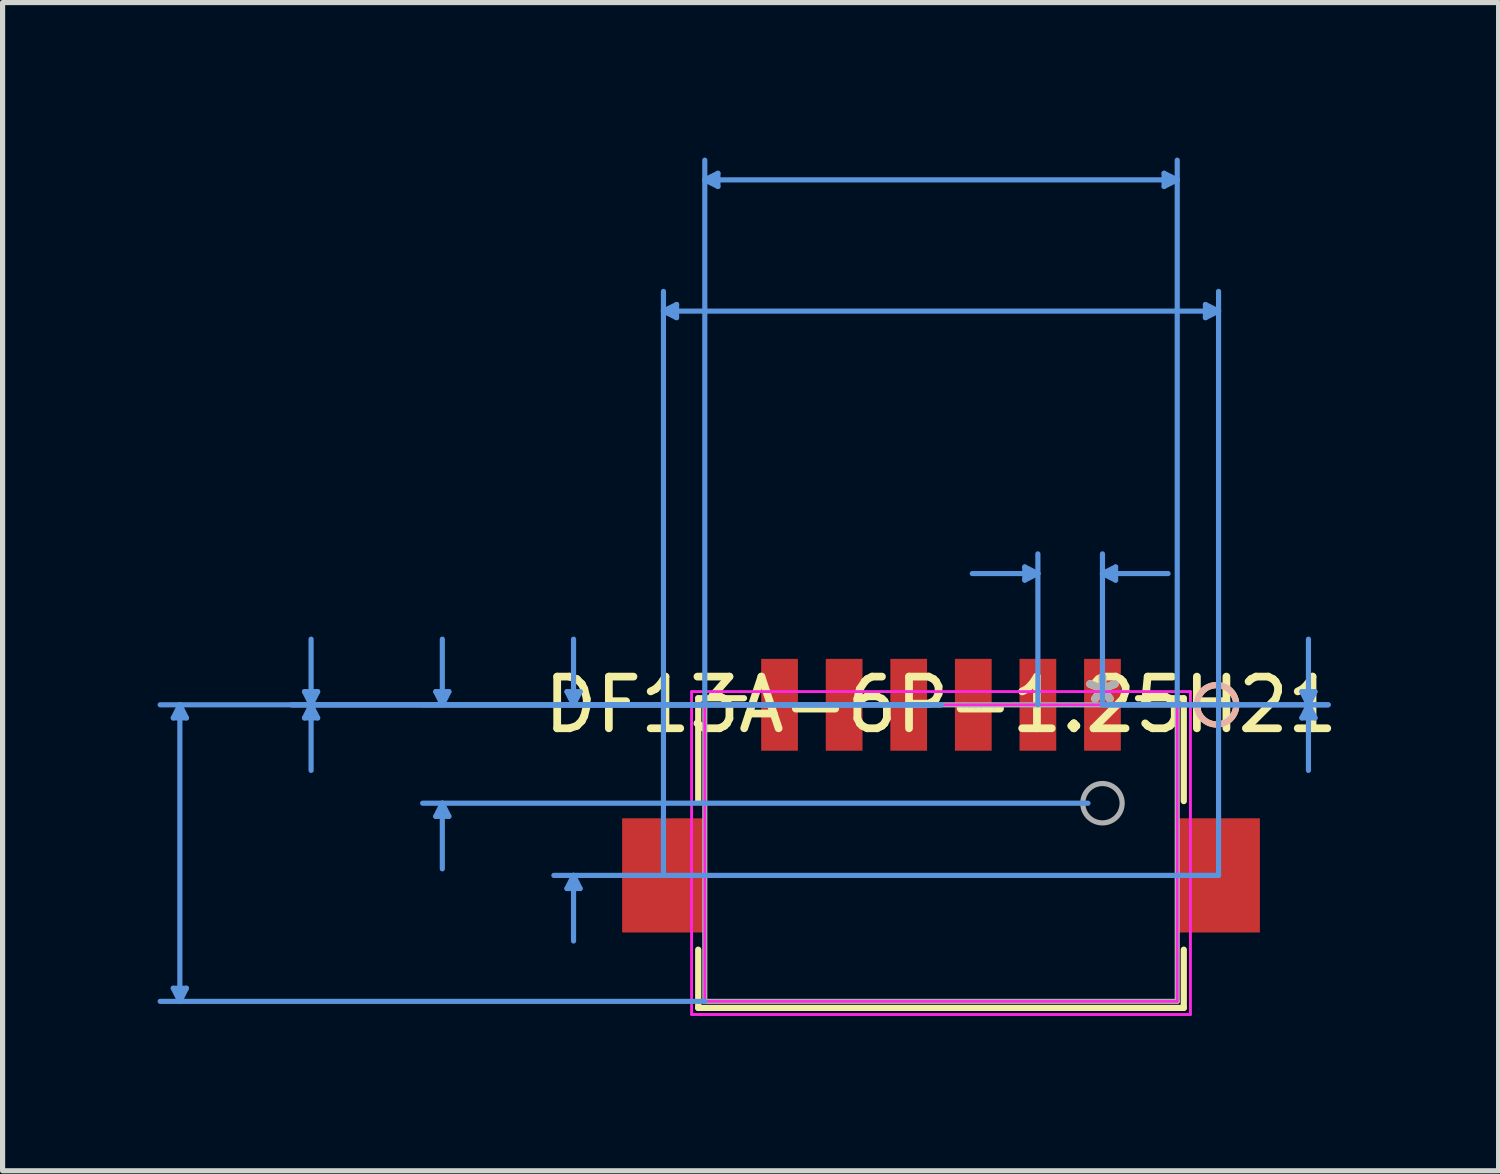
<source format=kicad_pcb>
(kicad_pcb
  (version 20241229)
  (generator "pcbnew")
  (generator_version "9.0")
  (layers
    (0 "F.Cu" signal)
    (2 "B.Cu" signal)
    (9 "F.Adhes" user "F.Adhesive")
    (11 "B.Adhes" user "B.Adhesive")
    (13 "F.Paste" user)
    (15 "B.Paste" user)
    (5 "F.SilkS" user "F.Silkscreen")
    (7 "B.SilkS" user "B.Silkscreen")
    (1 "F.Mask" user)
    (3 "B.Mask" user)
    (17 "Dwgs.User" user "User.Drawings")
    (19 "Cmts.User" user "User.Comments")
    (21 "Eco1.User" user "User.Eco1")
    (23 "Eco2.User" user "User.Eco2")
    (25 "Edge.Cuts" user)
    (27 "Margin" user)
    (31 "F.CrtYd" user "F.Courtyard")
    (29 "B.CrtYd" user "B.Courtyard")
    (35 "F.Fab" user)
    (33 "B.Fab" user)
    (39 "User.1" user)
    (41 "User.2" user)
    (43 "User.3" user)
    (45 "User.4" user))
  (footprint "DF13A-6P-1.25H21"
    (layer "F.Cu")
    (at 18.288 10.591)
    (property "Reference" "DF13A-6P-1.25H21" (at -3.125 0 0) (layer "F.SilkS") (effects (font (size 1 1) (thickness 0.15))))
    (attr through_hole)
    (fp_line (start -7.824 -0.127) (end -7.824 1.864) (stroke (width 0.12) (type solid)) (layer "F.SilkS"))
    (fp_line (start -7.824 4.74) (end -7.824 5.867) (stroke (width 0.12) (type solid)) (layer "F.SilkS"))
    (fp_line (start -7.824 5.867) (end 1.574 5.867) (stroke (width 0.12) (type solid)) (layer "F.SilkS"))
    (fp_line (start -6.938 -0.127) (end -7.824 -0.127) (stroke (width 0.12) (type solid)) (layer "F.SilkS"))
    (fp_line (start 1.574 -0.127) (end 0.688 -0.127) (stroke (width 0.12) (type solid)) (layer "F.SilkS"))
    (fp_line (start 1.574 1.864) (end 1.574 -0.127) (stroke (width 0.12) (type solid)) (layer "F.SilkS"))
    (fp_line (start 1.574 5.867) (end 1.574 4.74) (stroke (width 0.12) (type solid)) (layer "F.SilkS"))
    (fp_circle (center 2.209 0) (end 2.59 0) (stroke (width 0.12) (type solid)) (fill no) (layer "F.SilkS"))
    (fp_circle (center 2.209 0) (end 2.59 0) (stroke (width 0.12) (type solid)) (fill no) (layer "B.SilkS"))
    (fp_line (start -17.984 0.254) (end -17.73 0.254) (stroke (width 0.1) (type solid)) (layer "Cmts.User"))
    (fp_line (start -17.984 5.486) (end -17.73 5.486) (stroke (width 0.1) (type solid)) (layer "Cmts.User"))
    (fp_line (start -17.857 0) (end -17.984 0.254) (stroke (width 0.1) (type solid)) (layer "Cmts.User"))
    (fp_line (start -17.857 0) (end -17.857 5.74) (stroke (width 0.1) (type solid)) (layer "Cmts.User"))
    (fp_line (start -17.857 0) (end -17.73 0.254) (stroke (width 0.1) (type solid)) (layer "Cmts.User"))
    (fp_line (start -17.857 5.74) (end -17.984 5.486) (stroke (width 0.1) (type solid)) (layer "Cmts.User"))
    (fp_line (start -17.857 5.74) (end -17.73 5.486) (stroke (width 0.1) (type solid)) (layer "Cmts.User"))
    (fp_line (start -15.444 -0.254) (end -15.19 -0.254) (stroke (width 0.1) (type solid)) (layer "Cmts.User"))
    (fp_line (start -15.444 0.254) (end -15.19 0.254) (stroke (width 0.1) (type solid)) (layer "Cmts.User"))
    (fp_line (start -15.317 0) (end -15.444 -0.254) (stroke (width 0.1) (type solid)) (layer "Cmts.User"))
    (fp_line (start -15.317 0) (end -15.444 0.254) (stroke (width 0.1) (type solid)) (layer "Cmts.User"))
    (fp_line (start -15.317 0) (end -15.317 -1.27) (stroke (width 0.1) (type solid)) (layer "Cmts.User"))
    (fp_line (start -15.317 0) (end -15.317 1.27) (stroke (width 0.1) (type solid)) (layer "Cmts.User"))
    (fp_line (start -15.317 0) (end -15.19 -0.254) (stroke (width 0.1) (type solid)) (layer "Cmts.User"))
    (fp_line (start -15.317 0) (end -15.19 0.254) (stroke (width 0.1) (type solid)) (layer "Cmts.User"))
    (fp_line (start -12.904 -0.254) (end -12.65 -0.254) (stroke (width 0.1) (type solid)) (layer "Cmts.User"))
    (fp_line (start -12.904 2.159) (end -12.65 2.159) (stroke (width 0.1) (type solid)) (layer "Cmts.User"))
    (fp_line (start -12.777 0) (end -12.904 -0.254) (stroke (width 0.1) (type solid)) (layer "Cmts.User"))
    (fp_line (start -12.777 0) (end -12.777 -1.27) (stroke (width 0.1) (type solid)) (layer "Cmts.User"))
    (fp_line (start -12.777 0) (end -12.65 -0.254) (stroke (width 0.1) (type solid)) (layer "Cmts.User"))
    (fp_line (start -12.777 1.905) (end -12.904 2.159) (stroke (width 0.1) (type solid)) (layer "Cmts.User"))
    (fp_line (start -12.777 1.905) (end -12.777 3.175) (stroke (width 0.1) (type solid)) (layer "Cmts.User"))
    (fp_line (start -12.777 1.905) (end -12.65 2.159) (stroke (width 0.1) (type solid)) (layer "Cmts.User"))
    (fp_line (start -10.364 -0.254) (end -10.11 -0.254) (stroke (width 0.1) (type solid)) (layer "Cmts.User"))
    (fp_line (start -10.364 3.556) (end -10.11 3.556) (stroke (width 0.1) (type solid)) (layer "Cmts.User"))
    (fp_line (start -10.237 0) (end -10.364 -0.254) (stroke (width 0.1) (type solid)) (layer "Cmts.User"))
    (fp_line (start -10.237 0) (end -10.237 -1.27) (stroke (width 0.1) (type solid)) (layer "Cmts.User"))
    (fp_line (start -10.237 0) (end -10.11 -0.254) (stroke (width 0.1) (type solid)) (layer "Cmts.User"))
    (fp_line (start -10.237 3.302) (end -10.364 3.556) (stroke (width 0.1) (type solid)) (layer "Cmts.User"))
    (fp_line (start -10.237 3.302) (end -10.237 4.572) (stroke (width 0.1) (type solid)) (layer "Cmts.User"))
    (fp_line (start -10.237 3.302) (end -10.11 3.556) (stroke (width 0.1) (type solid)) (layer "Cmts.User"))
    (fp_line (start -8.497 -7.62) (end -8.243 -7.747) (stroke (width 0.1) (type solid)) (layer "Cmts.User"))
    (fp_line (start -8.497 -7.62) (end -8.243 -7.493) (stroke (width 0.1) (type solid)) (layer "Cmts.User"))
    (fp_line (start -8.497 -7.62) (end 2.247 -7.62) (stroke (width 0.1) (type solid)) (layer "Cmts.User"))
    (fp_line (start -8.497 3.302) (end -8.497 -8.001) (stroke (width 0.1) (type solid)) (layer "Cmts.User"))
    (fp_line (start -8.243 -7.747) (end -8.243 -7.493) (stroke (width 0.1) (type solid)) (layer "Cmts.User"))
    (fp_line (start -7.697 -10.16) (end -7.443 -10.287) (stroke (width 0.1) (type solid)) (layer "Cmts.User"))
    (fp_line (start -7.697 -10.16) (end -7.443 -10.033) (stroke (width 0.1) (type solid)) (layer "Cmts.User"))
    (fp_line (start -7.697 -10.16) (end 1.447 -10.16) (stroke (width 0.1) (type solid)) (layer "Cmts.User"))
    (fp_line (start -7.697 0) (end -18.238 0) (stroke (width 0.1) (type solid)) (layer "Cmts.User"))
    (fp_line (start -7.697 0) (end -15.698 0) (stroke (width 0.1) (type solid)) (layer "Cmts.User"))
    (fp_line (start -7.697 0) (end -7.697 -10.541) (stroke (width 0.1) (type solid)) (layer "Cmts.User"))
    (fp_line (start -7.697 5.74) (end -18.238 5.74) (stroke (width 0.1) (type solid)) (layer "Cmts.User"))
    (fp_line (start -7.443 -10.287) (end -7.443 -10.033) (stroke (width 0.1) (type solid)) (layer "Cmts.User"))
    (fp_line (start -3.125 0) (end -15.698 0) (stroke (width 0.1) (type solid)) (layer "Cmts.User"))
    (fp_line (start -3.125 0) (end -13.158 0) (stroke (width 0.1) (type solid)) (layer "Cmts.User"))
    (fp_line (start -3.125 0) (end -10.618 0) (stroke (width 0.1) (type solid)) (layer "Cmts.User"))
    (fp_line (start -1.504 -2.667) (end -1.504 -2.413) (stroke (width 0.1) (type solid)) (layer "Cmts.User"))
    (fp_line (start -1.25 -2.54) (end -2.52 -2.54) (stroke (width 0.1) (type solid)) (layer "Cmts.User"))
    (fp_line (start -1.25 -2.54) (end -1.504 -2.667) (stroke (width 0.1) (type solid)) (layer "Cmts.User"))
    (fp_line (start -1.25 -2.54) (end -1.504 -2.413) (stroke (width 0.1) (type solid)) (layer "Cmts.User"))
    (fp_line (start -1.25 0) (end -1.25 -2.921) (stroke (width 0.1) (type solid)) (layer "Cmts.User"))
    (fp_line (start -0.28 1.905) (end -13.158 1.905) (stroke (width 0.1) (type solid)) (layer "Cmts.User"))
    (fp_line (start 0 -2.54) (end 0.254 -2.667) (stroke (width 0.1) (type solid)) (layer "Cmts.User"))
    (fp_line (start 0 -2.54) (end 0.254 -2.413) (stroke (width 0.1) (type solid)) (layer "Cmts.User"))
    (fp_line (start 0 -2.54) (end 1.27 -2.54) (stroke (width 0.1) (type solid)) (layer "Cmts.User"))
    (fp_line (start 0 0) (end 0 -2.921) (stroke (width 0.1) (type solid)) (layer "Cmts.User"))
    (fp_line (start 0 0) (end 4.368 0) (stroke (width 0.1) (type solid)) (layer "Cmts.User"))
    (fp_line (start 0 0) (end 4.368 0) (stroke (width 0.1) (type solid)) (layer "Cmts.User"))
    (fp_line (start 0.254 -2.667) (end 0.254 -2.413) (stroke (width 0.1) (type solid)) (layer "Cmts.User"))
    (fp_line (start 1.193 -10.287) (end 1.193 -10.033) (stroke (width 0.1) (type solid)) (layer "Cmts.User"))
    (fp_line (start 1.447 -10.16) (end 1.193 -10.287) (stroke (width 0.1) (type solid)) (layer "Cmts.User"))
    (fp_line (start 1.447 -10.16) (end 1.193 -10.033) (stroke (width 0.1) (type solid)) (layer "Cmts.User"))
    (fp_line (start 1.447 0) (end 1.447 -10.541) (stroke (width 0.1) (type solid)) (layer "Cmts.User"))
    (fp_line (start 1.993 -7.747) (end 1.993 -7.493) (stroke (width 0.1) (type solid)) (layer "Cmts.User"))
    (fp_line (start 2.247 -7.62) (end 1.993 -7.747) (stroke (width 0.1) (type solid)) (layer "Cmts.User"))
    (fp_line (start 2.247 -7.62) (end 1.993 -7.493) (stroke (width 0.1) (type solid)) (layer "Cmts.User"))
    (fp_line (start 2.247 3.302) (end -10.618 3.302) (stroke (width 0.1) (type solid)) (layer "Cmts.User"))
    (fp_line (start 2.247 3.302) (end 2.247 -8.001) (stroke (width 0.1) (type solid)) (layer "Cmts.User"))
    (fp_line (start 3.86 -0.254) (end 4.114 -0.254) (stroke (width 0.1) (type solid)) (layer "Cmts.User"))
    (fp_line (start 3.86 0.254) (end 4.114 0.254) (stroke (width 0.1) (type solid)) (layer "Cmts.User"))
    (fp_line (start 3.987 0) (end 3.86 -0.254) (stroke (width 0.1) (type solid)) (layer "Cmts.User"))
    (fp_line (start 3.987 0) (end 3.86 0.254) (stroke (width 0.1) (type solid)) (layer "Cmts.User"))
    (fp_line (start 3.987 0) (end 3.987 -1.27) (stroke (width 0.1) (type solid)) (layer "Cmts.User"))
    (fp_line (start 3.987 0) (end 3.987 1.27) (stroke (width 0.1) (type solid)) (layer "Cmts.User"))
    (fp_line (start 3.987 0) (end 4.114 -0.254) (stroke (width 0.1) (type solid)) (layer "Cmts.User"))
    (fp_line (start 3.987 0) (end 4.114 0.254) (stroke (width 0.1) (type solid)) (layer "Cmts.User"))
    (fp_line (start -7.951 -0.254) (end -7.951 5.994) (stroke (width 0.05) (type solid)) (layer "F.CrtYd"))
    (fp_line (start -7.951 -0.254) (end -7.951 5.994) (stroke (width 0.05) (type solid)) (layer "F.CrtYd"))
    (fp_line (start -7.951 5.994) (end 1.701 5.994) (stroke (width 0.05) (type solid)) (layer "F.CrtYd"))
    (fp_line (start -7.951 5.994) (end 1.701 5.994) (stroke (width 0.05) (type solid)) (layer "F.CrtYd"))
    (fp_line (start -7.697 0) (end -7.697 5.74) (stroke (width 0.05) (type solid)) (layer "F.CrtYd"))
    (fp_line (start -7.697 5.74) (end 1.447 5.74) (stroke (width 0.05) (type solid)) (layer "F.CrtYd"))
    (fp_line (start 1.447 0) (end -7.697 0) (stroke (width 0.05) (type solid)) (layer "F.CrtYd"))
    (fp_line (start 1.447 5.74) (end 1.447 0) (stroke (width 0.05) (type solid)) (layer "F.CrtYd"))
    (fp_line (start 1.701 -0.254) (end -7.951 -0.254) (stroke (width 0.05) (type solid)) (layer "F.CrtYd"))
    (fp_line (start 1.701 -0.254) (end -7.951 -0.254) (stroke (width 0.05) (type solid)) (layer "F.CrtYd"))
    (fp_line (start 1.701 5.994) (end 1.701 -0.254) (stroke (width 0.05) (type solid)) (layer "F.CrtYd"))
    (fp_line (start 1.701 5.994) (end 1.701 -0.254) (stroke (width 0.05) (type solid)) (layer "F.CrtYd"))
    (fp_line (start -7.697 0) (end -7.697 5.74) (stroke (width 0.1) (type solid)) (layer "F.Fab"))
    (fp_line (start -7.697 5.74) (end 1.447 5.74) (stroke (width 0.1) (type solid)) (layer "F.Fab"))
    (fp_line (start 1.447 0) (end -7.697 0) (stroke (width 0.1) (type solid)) (layer "F.Fab"))
    (fp_line (start 1.447 5.74) (end 1.447 0) (stroke (width 0.1) (type solid)) (layer "F.Fab"))
    (fp_circle (center 0 1.905) (end 0.381 1.905) (stroke (width 0.1) (type solid)) (fill no) (layer "F.Fab"))
    (fp_text user "*" (at 0 0 0) (layer "F.SilkS") (effects (font (size 1 1) (thickness 0.15))))
    (fp_text user "Copyright 2021 Accelerated Designs. All rights reserved." (at 0 0 0) (layer "Cmts.User") (effects (font (size 0.127 0.127) (thickness 0.002))))
    (fp_text user "*" (at 0 0 0) (layer "F.Fab") (effects (font (size 1 1) (thickness 0.15))))
    (pad "1" smd rect (at 0 0) (size 0.711 1.778) (layers "F.Cu" "F.Mask" "F.Paste"))
    (pad "2" smd rect (at -1.25 0) (size 0.711 1.778) (layers "F.Cu" "F.Mask" "F.Paste"))
    (pad "3" smd rect (at -2.5 0) (size 0.711 1.778) (layers "F.Cu" "F.Mask" "F.Paste"))
    (pad "4" smd rect (at -3.75 0) (size 0.711 1.778) (layers "F.Cu" "F.Mask" "F.Paste"))
    (pad "5" smd rect (at -5 0) (size 0.711 1.778) (layers "F.Cu" "F.Mask" "F.Paste"))
    (pad "6" smd rect (at -6.25 0) (size 0.711 1.778) (layers "F.Cu" "F.Mask" "F.Paste"))
    (pad "7" smd rect (at -8.497 3.302) (size 1.6 2.21) (layers "F.Cu" "F.Mask" "F.Paste"))
    (pad "8" smd rect (at 2.247 3.302) (size 1.6 2.21) (layers "F.Cu" "F.Mask" "F.Paste")))
  (gr_rect
    (start -3 -3)
    (end 25.955 19.61)
    (stroke (width 0.1) (type default))
    (fill no)
    (layer "Edge.Cuts")))
</source>
